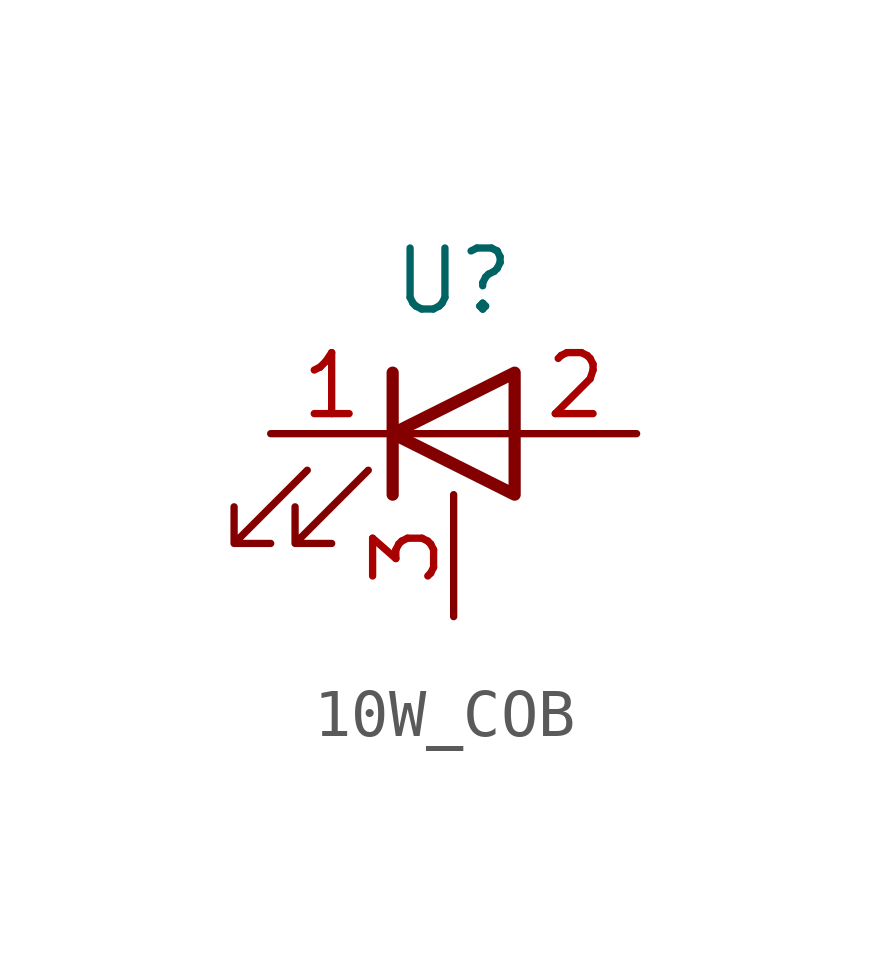
<source format=kicad_sym>
(kicad_symbol_lib
  (version 20220914)
  (generator kicad_symbol_editor)
  (symbol "10W_COB"
    (property "Reference" "U"
      (at 0 0 0)
      (effects (font (size 1.27 1.27))))
    (property "Value" ""
      (at 0 0 0)
      (effects (font (size 1.27 1.27))))
    (symbol "10W_COB_0_1"
      (polyline (pts (xy -1.27 -4.445) (xy -1.27 -1.905)) (stroke (width 0.254) (type default)) (fill (type none)))
      (polyline (pts (xy -1.27 -3.175) (xy 1.27 -3.175)) (stroke (width 0) (type default)) (fill (type none)))
      (polyline (pts (xy 1.27 -4.445) (xy 1.27 -1.905) (xy -1.27 -3.175) (xy 1.27 -4.445)) (stroke (width 0.254) (type default)) (fill (type none)))
      (polyline (pts (xy -3.048 -3.937) (xy -4.572 -5.461) (xy -3.81 -5.461) (xy -4.572 -5.461) (xy -4.572 -4.699)) (stroke (width 0) (type default)) (fill (type none)))
      (polyline (pts (xy -1.778 -3.937) (xy -3.302 -5.461) (xy -2.54 -5.461) (xy -3.302 -5.461) (xy -3.302 -4.699)) (stroke (width 0) (type default)) (fill (type none))))
    (symbol "10W_COB_1_1"
      (pin passive line (at -3.81 -3.175 0) (length 2.54) (name "" (effects (font (size 1.27 1.27)))) (number "1" (effects (font (size 1.27 1.27)))))
      (pin passive line (at 3.81 -3.175 180) (length 2.54) (name "" (effects (font (size 1.27 1.27)))) (number "2" (effects (font (size 1.27 1.27)))))
      (pin passive line (at 0 -6.985 90) (length 2.54) (name "" (effects (font (size 1.27 1.27)))) (number "3" (effects (font (size 1.27 1.27))))))))
</source>
